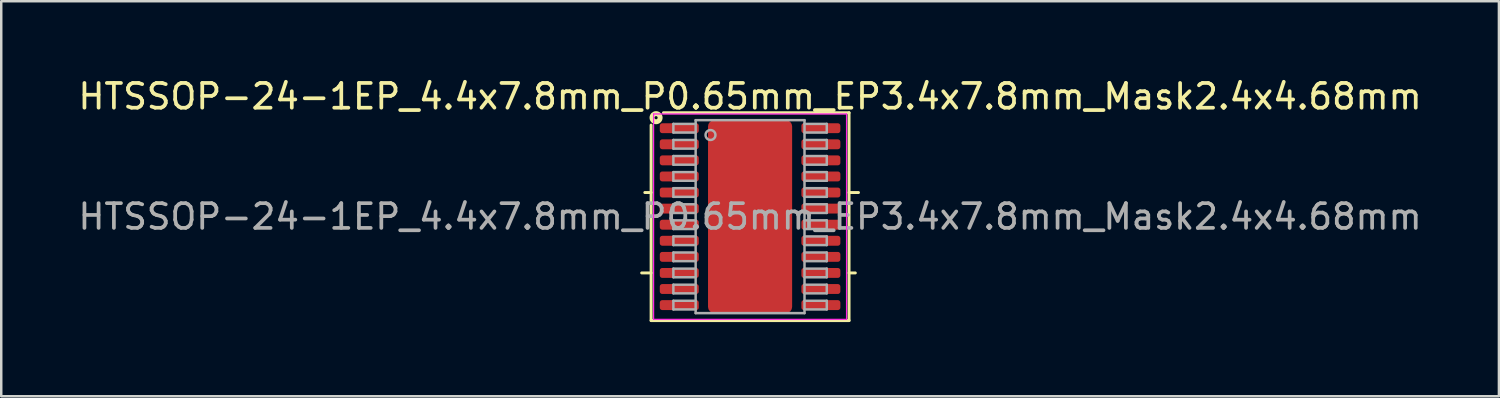
<source format=kicad_pcb>
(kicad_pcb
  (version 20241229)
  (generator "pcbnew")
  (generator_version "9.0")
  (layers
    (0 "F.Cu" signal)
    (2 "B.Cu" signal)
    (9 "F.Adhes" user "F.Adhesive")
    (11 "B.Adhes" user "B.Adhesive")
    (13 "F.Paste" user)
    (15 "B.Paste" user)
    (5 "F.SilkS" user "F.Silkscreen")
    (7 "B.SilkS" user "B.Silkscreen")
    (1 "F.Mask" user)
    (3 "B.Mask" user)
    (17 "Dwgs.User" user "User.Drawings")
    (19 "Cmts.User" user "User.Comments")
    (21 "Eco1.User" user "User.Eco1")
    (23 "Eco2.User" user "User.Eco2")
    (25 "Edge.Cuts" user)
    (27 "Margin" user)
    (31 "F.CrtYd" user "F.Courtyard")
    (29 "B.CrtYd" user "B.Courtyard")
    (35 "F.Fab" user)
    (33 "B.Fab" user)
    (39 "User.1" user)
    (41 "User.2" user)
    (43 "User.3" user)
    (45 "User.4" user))
  (footprint "HTSSOP-24-1EP_4.4x7.8mm_P0.65mm_EP3.4x7.8mm_Mask2.4x4.68mm"
    (layer "F.Cu")
    (at 27.268 5.707)
    (property "Reference" "HTSSOP-24-1EP_4.4x7.8mm_P0.65mm_EP3.4x7.8mm_Mask2.4x4.68mm" (at 0 -4.859 0) (layer "F.SilkS") (effects (font (size 1 1) (thickness 0.15))))
    (attr smd)
    (fp_line (start -4 -0.975) (end -4.254 -0.975) (stroke (width 0.12) (type solid)) (layer "F.SilkS"))
    (fp_line (start -4 2.275) (end -4.381 2.275) (stroke (width 0.12) (type solid)) (layer "F.SilkS"))
    (fp_line (start -4 4.2) (end -4 -3.7) (stroke (width 0.12) (type solid)) (layer "F.SilkS"))
    (fp_line (start -3.5 -4.2) (end 4 -4.2) (stroke (width 0.12) (type solid)) (layer "F.SilkS"))
    (fp_line (start 4 -4.2) (end 4 4.2) (stroke (width 0.12) (type solid)) (layer "F.SilkS"))
    (fp_line (start 4 -0.975) (end 4.381 -0.975) (stroke (width 0.12) (type solid)) (layer "F.SilkS"))
    (fp_line (start 4 2.275) (end 4.254 2.275) (stroke (width 0.12) (type solid)) (layer "F.SilkS"))
    (fp_line (start 4 4.2) (end -4 4.2) (stroke (width 0.12) (type solid)) (layer "F.SilkS"))
    (fp_circle (center -3.8 -4) (end -3.736 -4) (stroke (width 0.2) (type solid)) (fill no) (layer "F.SilkS"))
    (fp_line (start -3.9 -4.15) (end -3.9 4.15) (stroke (width 0.05) (type solid)) (layer "F.CrtYd"))
    (fp_line (start -3.9 4.15) (end 3.9 4.15) (stroke (width 0.05) (type solid)) (layer "F.CrtYd"))
    (fp_line (start 3.9 -4.15) (end -3.9 -4.15) (stroke (width 0.05) (type solid)) (layer "F.CrtYd"))
    (fp_line (start 3.9 4.15) (end 3.9 -4.15) (stroke (width 0.05) (type solid)) (layer "F.CrtYd"))
    (fp_line (start -3.1 -3.75) (end -3.1 -3.4) (stroke (width 0.1) (type solid)) (layer "F.Fab"))
    (fp_line (start -3.1 -3.75) (end -2.2 -3.75) (stroke (width 0.1) (type solid)) (layer "F.Fab"))
    (fp_line (start -3.1 -3.4) (end -2.2 -3.4) (stroke (width 0.1) (type solid)) (layer "F.Fab"))
    (fp_line (start -3.1 -3.1) (end -3.1 -2.75) (stroke (width 0.1) (type solid)) (layer "F.Fab"))
    (fp_line (start -3.1 -3.1) (end -2.2 -3.1) (stroke (width 0.1) (type solid)) (layer "F.Fab"))
    (fp_line (start -3.1 -2.75) (end -2.2 -2.75) (stroke (width 0.1) (type solid)) (layer "F.Fab"))
    (fp_line (start -3.1 -2.45) (end -3.1 -2.1) (stroke (width 0.1) (type solid)) (layer "F.Fab"))
    (fp_line (start -3.1 -2.45) (end -2.2 -2.45) (stroke (width 0.1) (type solid)) (layer "F.Fab"))
    (fp_line (start -3.1 -2.1) (end -2.2 -2.1) (stroke (width 0.1) (type solid)) (layer "F.Fab"))
    (fp_line (start -3.1 -1.8) (end -3.1 -1.45) (stroke (width 0.1) (type solid)) (layer "F.Fab"))
    (fp_line (start -3.1 -1.8) (end -2.2 -1.8) (stroke (width 0.1) (type solid)) (layer "F.Fab"))
    (fp_line (start -3.1 -1.45) (end -2.2 -1.45) (stroke (width 0.1) (type solid)) (layer "F.Fab"))
    (fp_line (start -3.1 -1.15) (end -3.1 -0.8) (stroke (width 0.1) (type solid)) (layer "F.Fab"))
    (fp_line (start -3.1 -1.15) (end -2.2 -1.15) (stroke (width 0.1) (type solid)) (layer "F.Fab"))
    (fp_line (start -3.1 -0.8) (end -2.2 -0.8) (stroke (width 0.1) (type solid)) (layer "F.Fab"))
    (fp_line (start -3.1 -0.5) (end -3.1 -0.15) (stroke (width 0.1) (type solid)) (layer "F.Fab"))
    (fp_line (start -3.1 -0.5) (end -2.2 -0.5) (stroke (width 0.1) (type solid)) (layer "F.Fab"))
    (fp_line (start -3.1 -0.15) (end -2.2 -0.15) (stroke (width 0.1) (type solid)) (layer "F.Fab"))
    (fp_line (start -3.1 0.15) (end -3.1 0.5) (stroke (width 0.1) (type solid)) (layer "F.Fab"))
    (fp_line (start -3.1 0.15) (end -2.2 0.15) (stroke (width 0.1) (type solid)) (layer "F.Fab"))
    (fp_line (start -3.1 0.5) (end -2.2 0.5) (stroke (width 0.1) (type solid)) (layer "F.Fab"))
    (fp_line (start -3.1 0.8) (end -3.1 1.15) (stroke (width 0.1) (type solid)) (layer "F.Fab"))
    (fp_line (start -3.1 0.8) (end -2.2 0.8) (stroke (width 0.1) (type solid)) (layer "F.Fab"))
    (fp_line (start -3.1 1.15) (end -2.2 1.15) (stroke (width 0.1) (type solid)) (layer "F.Fab"))
    (fp_line (start -3.1 1.45) (end -3.1 1.8) (stroke (width 0.1) (type solid)) (layer "F.Fab"))
    (fp_line (start -3.1 1.45) (end -2.2 1.45) (stroke (width 0.1) (type solid)) (layer "F.Fab"))
    (fp_line (start -3.1 1.8) (end -2.2 1.8) (stroke (width 0.1) (type solid)) (layer "F.Fab"))
    (fp_line (start -3.1 2.1) (end -3.1 2.45) (stroke (width 0.1) (type solid)) (layer "F.Fab"))
    (fp_line (start -3.1 2.1) (end -2.2 2.1) (stroke (width 0.1) (type solid)) (layer "F.Fab"))
    (fp_line (start -3.1 2.45) (end -2.2 2.45) (stroke (width 0.1) (type solid)) (layer "F.Fab"))
    (fp_line (start -3.1 2.75) (end -3.1 3.1) (stroke (width 0.1) (type solid)) (layer "F.Fab"))
    (fp_line (start -3.1 2.75) (end -2.2 2.75) (stroke (width 0.1) (type solid)) (layer "F.Fab"))
    (fp_line (start -3.1 3.1) (end -2.2 3.1) (stroke (width 0.1) (type solid)) (layer "F.Fab"))
    (fp_line (start -3.1 3.4) (end -3.1 3.75) (stroke (width 0.1) (type solid)) (layer "F.Fab"))
    (fp_line (start -3.1 3.4) (end -2.2 3.4) (stroke (width 0.1) (type solid)) (layer "F.Fab"))
    (fp_line (start -3.1 3.75) (end -2.2 3.75) (stroke (width 0.1) (type solid)) (layer "F.Fab"))
    (fp_line (start -2.2 -3.9) (end 2.2 -3.9) (stroke (width 0.1) (type solid)) (layer "F.Fab"))
    (fp_line (start -2.2 3.9) (end -2.2 -3.9) (stroke (width 0.1) (type solid)) (layer "F.Fab"))
    (fp_line (start 2.2 -3.9) (end 2.2 3.9) (stroke (width 0.1) (type solid)) (layer "F.Fab"))
    (fp_line (start 2.2 3.9) (end -2.2 3.9) (stroke (width 0.1) (type solid)) (layer "F.Fab"))
    (fp_line (start 3.1 -3.75) (end 2.2 -3.75) (stroke (width 0.1) (type solid)) (layer "F.Fab"))
    (fp_line (start 3.1 -3.4) (end 2.2 -3.4) (stroke (width 0.1) (type solid)) (layer "F.Fab"))
    (fp_line (start 3.1 -3.4) (end 3.1 -3.75) (stroke (width 0.1) (type solid)) (layer "F.Fab"))
    (fp_line (start 3.1 -3.1) (end 2.2 -3.1) (stroke (width 0.1) (type solid)) (layer "F.Fab"))
    (fp_line (start 3.1 -2.75) (end 2.2 -2.75) (stroke (width 0.1) (type solid)) (layer "F.Fab"))
    (fp_line (start 3.1 -2.75) (end 3.1 -3.1) (stroke (width 0.1) (type solid)) (layer "F.Fab"))
    (fp_line (start 3.1 -2.45) (end 2.2 -2.45) (stroke (width 0.1) (type solid)) (layer "F.Fab"))
    (fp_line (start 3.1 -2.1) (end 2.2 -2.1) (stroke (width 0.1) (type solid)) (layer "F.Fab"))
    (fp_line (start 3.1 -2.1) (end 3.1 -2.45) (stroke (width 0.1) (type solid)) (layer "F.Fab"))
    (fp_line (start 3.1 -1.8) (end 2.2 -1.8) (stroke (width 0.1) (type solid)) (layer "F.Fab"))
    (fp_line (start 3.1 -1.45) (end 2.2 -1.45) (stroke (width 0.1) (type solid)) (layer "F.Fab"))
    (fp_line (start 3.1 -1.45) (end 3.1 -1.8) (stroke (width 0.1) (type solid)) (layer "F.Fab"))
    (fp_line (start 3.1 -1.15) (end 2.2 -1.15) (stroke (width 0.1) (type solid)) (layer "F.Fab"))
    (fp_line (start 3.1 -0.8) (end 2.2 -0.8) (stroke (width 0.1) (type solid)) (layer "F.Fab"))
    (fp_line (start 3.1 -0.8) (end 3.1 -1.15) (stroke (width 0.1) (type solid)) (layer "F.Fab"))
    (fp_line (start 3.1 -0.5) (end 2.2 -0.5) (stroke (width 0.1) (type solid)) (layer "F.Fab"))
    (fp_line (start 3.1 -0.15) (end 2.2 -0.15) (stroke (width 0.1) (type solid)) (layer "F.Fab"))
    (fp_line (start 3.1 -0.15) (end 3.1 -0.5) (stroke (width 0.1) (type solid)) (layer "F.Fab"))
    (fp_line (start 3.1 0.15) (end 2.2 0.15) (stroke (width 0.1) (type solid)) (layer "F.Fab"))
    (fp_line (start 3.1 0.5) (end 2.2 0.5) (stroke (width 0.1) (type solid)) (layer "F.Fab"))
    (fp_line (start 3.1 0.5) (end 3.1 0.15) (stroke (width 0.1) (type solid)) (layer "F.Fab"))
    (fp_line (start 3.1 0.8) (end 2.2 0.8) (stroke (width 0.1) (type solid)) (layer "F.Fab"))
    (fp_line (start 3.1 1.15) (end 2.2 1.15) (stroke (width 0.1) (type solid)) (layer "F.Fab"))
    (fp_line (start 3.1 1.15) (end 3.1 0.8) (stroke (width 0.1) (type solid)) (layer "F.Fab"))
    (fp_line (start 3.1 1.45) (end 2.2 1.45) (stroke (width 0.1) (type solid)) (layer "F.Fab"))
    (fp_line (start 3.1 1.8) (end 2.2 1.8) (stroke (width 0.1) (type solid)) (layer "F.Fab"))
    (fp_line (start 3.1 1.8) (end 3.1 1.45) (stroke (width 0.1) (type solid)) (layer "F.Fab"))
    (fp_line (start 3.1 2.1) (end 2.2 2.1) (stroke (width 0.1) (type solid)) (layer "F.Fab"))
    (fp_line (start 3.1 2.45) (end 2.2 2.45) (stroke (width 0.1) (type solid)) (layer "F.Fab"))
    (fp_line (start 3.1 2.45) (end 3.1 2.1) (stroke (width 0.1) (type solid)) (layer "F.Fab"))
    (fp_line (start 3.1 2.75) (end 2.2 2.75) (stroke (width 0.1) (type solid)) (layer "F.Fab"))
    (fp_line (start 3.1 3.1) (end 2.2 3.1) (stroke (width 0.1) (type solid)) (layer "F.Fab"))
    (fp_line (start 3.1 3.1) (end 3.1 2.75) (stroke (width 0.1) (type solid)) (layer "F.Fab"))
    (fp_line (start 3.1 3.4) (end 2.2 3.4) (stroke (width 0.1) (type solid)) (layer "F.Fab"))
    (fp_line (start 3.1 3.75) (end 2.2 3.75) (stroke (width 0.1) (type solid)) (layer "F.Fab"))
    (fp_line (start 3.1 3.75) (end 3.1 3.4) (stroke (width 0.1) (type solid)) (layer "F.Fab"))
    (fp_circle (center -1.6 -3.3) (end -1.4 -3.3) (stroke (width 0.1) (type solid)) (fill no) (layer "F.Fab"))
    (fp_text user "${REFERENCE}" (at 0 0 0) (layer "F.Fab") (effects (font (size 1 1) (thickness 0.15))))
    (pad "" smd roundrect (at 0 -1.17) (size 1.93 1.89) (layers "F.Paste") (roundrect_rratio 0.132))
    (pad "" smd roundrect (at 0 0) (size 2.4 4.68) (layers "F.Mask") (roundrect_rratio 0.104))
    (pad "" smd roundrect (at 0 1.17) (size 1.93 1.89) (layers "F.Paste") (roundrect_rratio 0.132))
    (pad "1" smd roundrect (at -2.862 -3.575) (size 1.575 0.4) (layers "F.Cu" "F.Mask" "F.Paste") (roundrect_rratio 0.25))
    (pad "2" smd roundrect (at -2.862 -2.925) (size 1.575 0.4) (layers "F.Cu" "F.Mask" "F.Paste") (roundrect_rratio 0.25))
    (pad "3" smd roundrect (at -2.862 -2.275) (size 1.575 0.4) (layers "F.Cu" "F.Mask" "F.Paste") (roundrect_rratio 0.25))
    (pad "4" smd roundrect (at -2.862 -1.625) (size 1.575 0.4) (layers "F.Cu" "F.Mask" "F.Paste") (roundrect_rratio 0.25))
    (pad "5" smd roundrect (at -2.862 -0.975) (size 1.575 0.4) (layers "F.Cu" "F.Mask" "F.Paste") (roundrect_rratio 0.25))
    (pad "6" smd roundrect (at -2.862 -0.325) (size 1.575 0.4) (layers "F.Cu" "F.Mask" "F.Paste") (roundrect_rratio 0.25))
    (pad "7" smd roundrect (at -2.862 0.325) (size 1.575 0.4) (layers "F.Cu" "F.Mask" "F.Paste") (roundrect_rratio 0.25))
    (pad "8" smd roundrect (at -2.862 0.975) (size 1.575 0.4) (layers "F.Cu" "F.Mask" "F.Paste") (roundrect_rratio 0.25))
    (pad "9" smd roundrect (at -2.862 1.625) (size 1.575 0.4) (layers "F.Cu" "F.Mask" "F.Paste") (roundrect_rratio 0.25))
    (pad "10" smd roundrect (at -2.862 2.275) (size 1.575 0.4) (layers "F.Cu" "F.Mask" "F.Paste") (roundrect_rratio 0.25))
    (pad "11" smd roundrect (at -2.862 2.925) (size 1.575 0.4) (layers "F.Cu" "F.Mask" "F.Paste") (roundrect_rratio 0.25))
    (pad "12" smd roundrect (at -2.862 3.575) (size 1.575 0.4) (layers "F.Cu" "F.Mask" "F.Paste") (roundrect_rratio 0.25))
    (pad "13" smd roundrect (at 2.862 3.575) (size 1.575 0.4) (layers "F.Cu" "F.Mask" "F.Paste") (roundrect_rratio 0.25))
    (pad "14" smd roundrect (at 2.862 2.925) (size 1.575 0.4) (layers "F.Cu" "F.Mask" "F.Paste") (roundrect_rratio 0.25))
    (pad "15" smd roundrect (at 2.862 2.275) (size 1.575 0.4) (layers "F.Cu" "F.Mask" "F.Paste") (roundrect_rratio 0.25))
    (pad "16" smd roundrect (at 2.862 1.625) (size 1.575 0.4) (layers "F.Cu" "F.Mask" "F.Paste") (roundrect_rratio 0.25))
    (pad "17" smd roundrect (at 2.862 0.975) (size 1.575 0.4) (layers "F.Cu" "F.Mask" "F.Paste") (roundrect_rratio 0.25))
    (pad "18" smd roundrect (at 2.862 0.325) (size 1.575 0.4) (layers "F.Cu" "F.Mask" "F.Paste") (roundrect_rratio 0.25))
    (pad "19" smd roundrect (at 2.862 -0.325) (size 1.575 0.4) (layers "F.Cu" "F.Mask" "F.Paste") (roundrect_rratio 0.25))
    (pad "20" smd roundrect (at 2.862 -0.975) (size 1.575 0.4) (layers "F.Cu" "F.Mask" "F.Paste") (roundrect_rratio 0.25))
    (pad "21" smd roundrect (at 2.862 -1.625) (size 1.575 0.4) (layers "F.Cu" "F.Mask" "F.Paste") (roundrect_rratio 0.25))
    (pad "22" smd roundrect (at 2.862 -2.275) (size 1.575 0.4) (layers "F.Cu" "F.Mask" "F.Paste") (roundrect_rratio 0.25))
    (pad "23" smd roundrect (at 2.862 -2.925) (size 1.575 0.4) (layers "F.Cu" "F.Mask" "F.Paste") (roundrect_rratio 0.25))
    (pad "24" smd roundrect (at 2.862 -3.575) (size 1.575 0.4) (layers "F.Cu" "F.Mask" "F.Paste") (roundrect_rratio 0.25))
    (pad "25" smd roundrect (at 0 0) (size 3.4 7.8) (layers "F.Cu") (roundrect_rratio 0.074)))
  (gr_rect
    (start -3 -3)
    (end 57.536 12.967)
    (stroke (width 0.1) (type default))
    (fill no)
    (layer "Edge.Cuts")))
</source>
